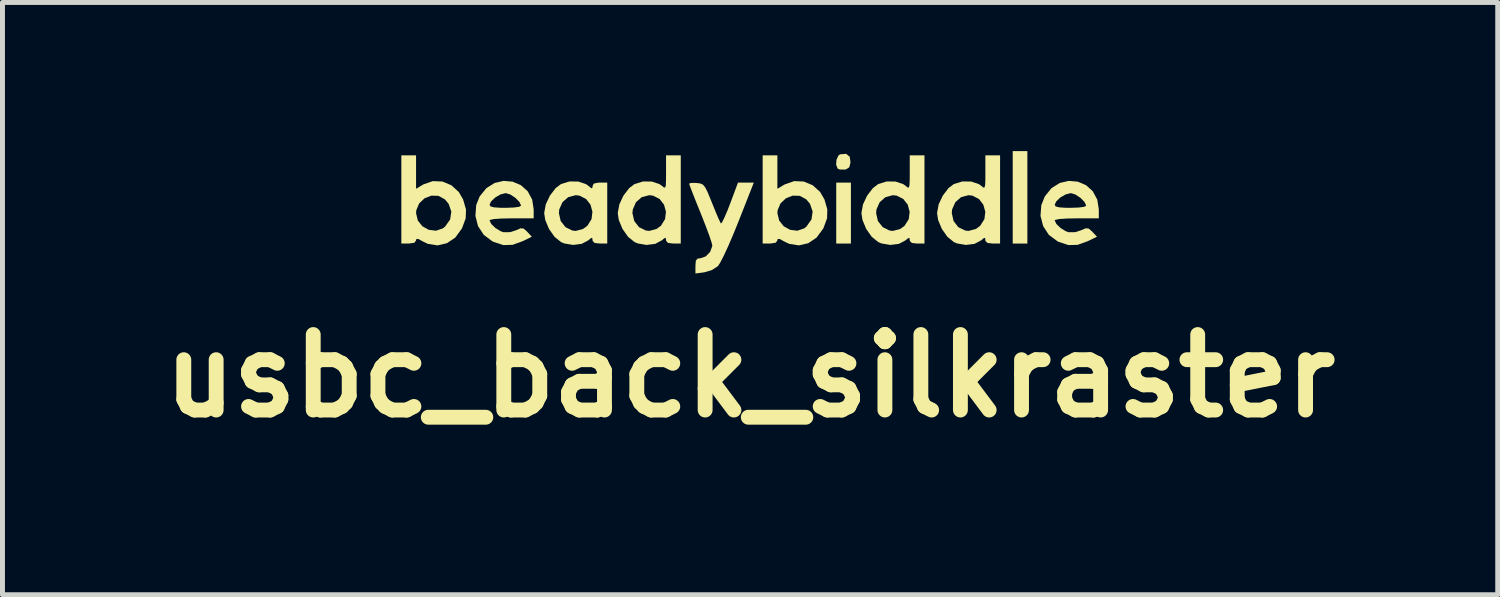
<source format=kicad_pcb>
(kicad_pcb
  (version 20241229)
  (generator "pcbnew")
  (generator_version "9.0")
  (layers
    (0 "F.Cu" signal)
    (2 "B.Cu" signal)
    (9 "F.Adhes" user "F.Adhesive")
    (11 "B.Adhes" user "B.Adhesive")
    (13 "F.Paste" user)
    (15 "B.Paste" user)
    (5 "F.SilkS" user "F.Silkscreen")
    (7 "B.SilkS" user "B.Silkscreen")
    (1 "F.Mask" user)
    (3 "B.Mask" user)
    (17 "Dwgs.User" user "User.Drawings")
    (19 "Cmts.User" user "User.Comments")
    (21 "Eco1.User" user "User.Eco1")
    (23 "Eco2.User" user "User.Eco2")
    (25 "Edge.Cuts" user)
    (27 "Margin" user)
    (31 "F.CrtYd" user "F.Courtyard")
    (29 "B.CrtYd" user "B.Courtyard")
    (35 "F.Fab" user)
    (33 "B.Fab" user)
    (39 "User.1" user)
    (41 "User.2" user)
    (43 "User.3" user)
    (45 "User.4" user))
  (footprint "usbc_back_silkraster"
    (layer "F.Cu")
    (at 12.09 4.537)
    (property "Reference" "usbc_back_silkraster" (at 0 0 0) (layer "F.SilkS") (effects (font (size 1.524 1.524) (thickness 0.3))))
    (attr board_only exclude_from_pos_files exclude_from_bom)
    (fp_poly (pts (xy 2.035 -2.671) (xy 1.739 -2.671) (xy 1.739 -3.901) (xy 2.035 -3.901)) (stroke (width 0) (type solid)) (fill yes) (layer "F.SilkS"))
    (fp_poly (pts (xy 5.597 -2.671) (xy 5.301 -2.671) (xy 5.301 -4.537) (xy 5.597 -4.537)) (stroke (width 0) (type solid)) (fill yes) (layer "F.SilkS"))
    (fp_poly (pts (xy 2.011 -4.424) (xy 2.027 -4.309) (xy 2.003 -4.211) (xy 1.941 -4.17) (xy 1.907 -4.164) (xy 1.814 -4.165) (xy 1.769 -4.182) (xy 1.737 -4.261) (xy 1.744 -4.363) (xy 1.783 -4.447) (xy 1.817 -4.472) (xy 1.939 -4.482)) (stroke (width 0) (type solid)) (fill yes) (layer "F.SilkS"))
    (fp_poly (pts (xy -6.742 -3.777) (xy -6.592 -3.866) (xy -6.404 -3.931) (xy -6.211 -3.923) (xy -6.03 -3.848) (xy -5.88 -3.712) (xy -5.793 -3.562) (xy -5.734 -3.36) (xy -5.74 -3.18) (xy -5.811 -2.988) (xy -5.82 -2.97) (xy -5.951 -2.791) (xy -6.119 -2.678) (xy -6.309 -2.634) (xy -6.505 -2.665) (xy -6.604 -2.713) (xy -6.695 -2.763) (xy -6.735 -2.764) (xy -6.742 -2.734) (xy -6.775 -2.688) (xy -6.88 -2.672) (xy -6.891 -2.671) (xy -7.039 -2.671) (xy -7.039 -3.286) (xy -6.742 -3.286) (xy -6.707 -3.136) (xy -6.614 -3.019) (xy -6.485 -2.948) (xy -6.34 -2.93) (xy -6.202 -2.977) (xy -6.157 -3.012) (xy -6.054 -3.157) (xy -6.03 -3.317) (xy -6.085 -3.473) (xy -6.16 -3.563) (xy -6.29 -3.634) (xy -6.433 -3.638) (xy -6.57 -3.585) (xy -6.678 -3.483) (xy -6.737 -3.345) (xy -6.742 -3.286) (xy -7.039 -3.286) (xy -7.039 -4.452) (xy -6.742 -4.452)) (stroke (width 0) (type solid)) (fill yes) (layer "F.SilkS"))
    (fp_poly (pts (xy 0.551 -3.777) (xy 0.702 -3.866) (xy 0.889 -3.931) (xy 1.083 -3.923) (xy 1.264 -3.848) (xy 1.414 -3.712) (xy 1.501 -3.562) (xy 1.559 -3.36) (xy 1.554 -3.18) (xy 1.483 -2.988) (xy 1.474 -2.97) (xy 1.342 -2.791) (xy 1.174 -2.678) (xy 0.984 -2.634) (xy 0.789 -2.665) (xy 0.689 -2.713) (xy 0.598 -2.763) (xy 0.558 -2.764) (xy 0.551 -2.734) (xy 0.518 -2.688) (xy 0.413 -2.672) (xy 0.403 -2.671) (xy 0.254 -2.671) (xy 0.254 -3.286) (xy 0.551 -3.286) (xy 0.587 -3.136) (xy 0.68 -3.019) (xy 0.809 -2.948) (xy 0.953 -2.93) (xy 1.092 -2.977) (xy 1.136 -3.012) (xy 1.239 -3.157) (xy 1.263 -3.317) (xy 1.209 -3.473) (xy 1.134 -3.563) (xy 1.004 -3.634) (xy 0.86 -3.638) (xy 0.724 -3.585) (xy 0.615 -3.483) (xy 0.556 -3.345) (xy 0.551 -3.286) (xy 0.254 -3.286) (xy 0.254 -4.452) (xy 0.551 -4.452)) (stroke (width 0) (type solid)) (fill yes) (layer "F.SilkS"))
    (fp_poly (pts (xy -0.237 -3.108) (xy -0.343 -2.847) (xy -0.443 -2.615) (xy -0.532 -2.423) (xy -0.603 -2.285) (xy -0.65 -2.214) (xy -0.775 -2.134) (xy -0.926 -2.09) (xy -1.103 -2.067) (xy -1.103 -2.221) (xy -1.095 -2.324) (xy -1.062 -2.367) (xy -0.999 -2.375) (xy -0.894 -2.412) (xy -0.806 -2.503) (xy -0.764 -2.619) (xy -0.763 -2.635) (xy -0.779 -2.699) (xy -0.821 -2.825) (xy -0.885 -2.997) (xy -0.963 -3.198) (xy -0.996 -3.281) (xy -1.079 -3.485) (xy -1.149 -3.661) (xy -1.2 -3.794) (xy -1.227 -3.869) (xy -1.23 -3.88) (xy -1.193 -3.894) (xy -1.101 -3.895) (xy -1.076 -3.893) (xy -1.005 -3.884) (xy -0.953 -3.861) (xy -0.909 -3.81) (xy -0.86 -3.715) (xy -0.797 -3.562) (xy -0.768 -3.491) (xy -0.7 -3.323) (xy -0.642 -3.185) (xy -0.601 -3.098) (xy -0.588 -3.076) (xy -0.564 -3.102) (xy -0.519 -3.194) (xy -0.458 -3.334) (xy -0.403 -3.476) (xy -0.244 -3.901) (xy 0.075 -3.901)) (stroke (width 0) (type solid)) (fill yes) (layer "F.SilkS"))
    (fp_poly (pts (xy -3.467 -3.923) (xy -3.311 -3.87) (xy -3.262 -3.835) (xy -3.202 -3.786) (xy -3.182 -3.797) (xy -3.18 -3.831) (xy -3.155 -3.881) (xy -3.069 -3.9) (xy -3.032 -3.901) (xy -2.883 -3.901) (xy -2.883 -2.671) (xy -3.032 -2.671) (xy -3.138 -2.683) (xy -3.178 -2.724) (xy -3.18 -2.742) (xy -3.187 -2.787) (xy -3.221 -2.774) (xy -3.262 -2.738) (xy -3.399 -2.665) (xy -3.572 -2.643) (xy -3.75 -2.673) (xy -3.816 -2.701) (xy -3.947 -2.807) (xy -4.059 -2.966) (xy -4.134 -3.146) (xy -4.156 -3.286) (xy -3.859 -3.286) (xy -3.823 -3.126) (xy -3.726 -3.002) (xy -3.588 -2.934) (xy -3.52 -2.926) (xy -3.371 -2.966) (xy -3.284 -3.03) (xy -3.2 -3.164) (xy -3.182 -3.313) (xy -3.221 -3.456) (xy -3.311 -3.571) (xy -3.443 -3.638) (xy -3.52 -3.647) (xy -3.67 -3.608) (xy -3.787 -3.506) (xy -3.852 -3.359) (xy -3.859 -3.286) (xy -4.156 -3.286) (xy -4.124 -3.461) (xy -4.04 -3.639) (xy -3.923 -3.791) (xy -3.816 -3.872) (xy -3.646 -3.924)) (stroke (width 0) (type solid)) (fill yes) (layer "F.SilkS"))
    (fp_poly (pts (xy -1.399 -2.671) (xy -1.548 -2.671) (xy -1.654 -2.683) (xy -1.694 -2.724) (xy -1.696 -2.742) (xy -1.703 -2.787) (xy -1.737 -2.774) (xy -1.778 -2.738) (xy -1.914 -2.665) (xy -2.088 -2.643) (xy -2.266 -2.673) (xy -2.332 -2.701) (xy -2.463 -2.807) (xy -2.575 -2.966) (xy -2.65 -3.146) (xy -2.671 -3.286) (xy -2.375 -3.286) (xy -2.338 -3.126) (xy -2.242 -3.002) (xy -2.104 -2.934) (xy -2.035 -2.926) (xy -1.887 -2.966) (xy -1.8 -3.03) (xy -1.716 -3.164) (xy -1.698 -3.313) (xy -1.737 -3.456) (xy -1.827 -3.571) (xy -1.959 -3.638) (xy -2.035 -3.647) (xy -2.186 -3.608) (xy -2.303 -3.506) (xy -2.367 -3.359) (xy -2.375 -3.286) (xy -2.671 -3.286) (xy -2.639 -3.461) (xy -2.556 -3.639) (xy -2.439 -3.791) (xy -2.332 -3.872) (xy -2.162 -3.924) (xy -1.983 -3.923) (xy -1.827 -3.87) (xy -1.778 -3.835) (xy -1.738 -3.802) (xy -1.713 -3.803) (xy -1.701 -3.85) (xy -1.697 -3.958) (xy -1.696 -4.107) (xy -1.696 -4.452) (xy -1.399 -4.452)) (stroke (width 0) (type solid)) (fill yes) (layer "F.SilkS"))
    (fp_poly (pts (xy 3.52 -2.671) (xy 3.371 -2.671) (xy 3.265 -2.683) (xy 3.225 -2.724) (xy 3.223 -2.742) (xy 3.216 -2.787) (xy 3.182 -2.774) (xy 3.141 -2.738) (xy 3.004 -2.665) (xy 2.831 -2.643) (xy 2.653 -2.673) (xy 2.587 -2.701) (xy 2.456 -2.807) (xy 2.344 -2.966) (xy 2.269 -3.146) (xy 2.247 -3.286) (xy 2.544 -3.286) (xy 2.58 -3.126) (xy 2.677 -3.002) (xy 2.815 -2.934) (xy 2.883 -2.926) (xy 3.032 -2.966) (xy 3.119 -3.03) (xy 3.203 -3.164) (xy 3.221 -3.313) (xy 3.182 -3.456) (xy 3.092 -3.571) (xy 2.96 -3.638) (xy 2.883 -3.647) (xy 2.733 -3.608) (xy 2.616 -3.506) (xy 2.551 -3.359) (xy 2.544 -3.286) (xy 2.247 -3.286) (xy 2.279 -3.461) (xy 2.363 -3.639) (xy 2.48 -3.791) (xy 2.587 -3.872) (xy 2.757 -3.924) (xy 2.936 -3.923) (xy 3.092 -3.87) (xy 3.141 -3.835) (xy 3.181 -3.802) (xy 3.205 -3.803) (xy 3.218 -3.85) (xy 3.222 -3.958) (xy 3.223 -4.107) (xy 3.223 -4.452) (xy 3.52 -4.452)) (stroke (width 0) (type solid)) (fill yes) (layer "F.SilkS"))
    (fp_poly (pts (xy 5.046 -2.671) (xy 4.898 -2.671) (xy 4.792 -2.683) (xy 4.751 -2.724) (xy 4.749 -2.742) (xy 4.743 -2.787) (xy 4.709 -2.774) (xy 4.668 -2.738) (xy 4.531 -2.665) (xy 4.357 -2.643) (xy 4.179 -2.673) (xy 4.113 -2.701) (xy 3.983 -2.807) (xy 3.871 -2.966) (xy 3.795 -3.146) (xy 3.774 -3.286) (xy 4.071 -3.286) (xy 4.107 -3.126) (xy 4.203 -3.002) (xy 4.341 -2.934) (xy 4.41 -2.926) (xy 4.559 -2.966) (xy 4.645 -3.03) (xy 4.73 -3.164) (xy 4.748 -3.313) (xy 4.708 -3.456) (xy 4.619 -3.571) (xy 4.487 -3.638) (xy 4.41 -3.647) (xy 4.26 -3.608) (xy 4.143 -3.506) (xy 4.078 -3.359) (xy 4.071 -3.286) (xy 3.774 -3.286) (xy 3.806 -3.461) (xy 3.89 -3.639) (xy 4.006 -3.791) (xy 4.113 -3.872) (xy 4.283 -3.924) (xy 4.463 -3.923) (xy 4.619 -3.87) (xy 4.668 -3.835) (xy 4.708 -3.802) (xy 4.732 -3.803) (xy 4.744 -3.85) (xy 4.749 -3.958) (xy 4.749 -4.107) (xy 4.749 -4.452) (xy 5.046 -4.452)) (stroke (width 0) (type solid)) (fill yes) (layer "F.SilkS"))
    (fp_poly (pts (xy -4.792 -3.92) (xy -4.626 -3.849) (xy -4.489 -3.727) (xy -4.398 -3.558) (xy -4.368 -3.361) (xy -4.368 -3.18) (xy -4.813 -3.18) (xy -5.017 -3.176) (xy -5.165 -3.166) (xy -5.246 -3.149) (xy -5.258 -3.138) (xy -5.224 -3.065) (xy -5.139 -2.984) (xy -5.032 -2.919) (xy -4.979 -2.9) (xy -4.842 -2.901) (xy -4.728 -2.938) (xy -4.632 -2.979) (xy -4.572 -2.974) (xy -4.508 -2.919) (xy -4.497 -2.907) (xy -4.405 -2.809) (xy -4.59 -2.719) (xy -4.795 -2.645) (xy -4.98 -2.64) (xy -5.176 -2.704) (xy -5.203 -2.717) (xy -5.376 -2.847) (xy -5.492 -3.024) (xy -5.544 -3.23) (xy -5.528 -3.447) (xy -5.526 -3.453) (xy -5.258 -3.453) (xy -5.239 -3.421) (xy -5.171 -3.402) (xy -5.041 -3.393) (xy -4.94 -3.392) (xy -4.771 -3.398) (xy -4.661 -3.413) (xy -4.622 -3.437) (xy -4.656 -3.511) (xy -4.739 -3.595) (xy -4.841 -3.662) (xy -4.932 -3.689) (xy -5.037 -3.663) (xy -5.145 -3.6) (xy -5.229 -3.52) (xy -5.258 -3.453) (xy -5.526 -3.453) (xy -5.459 -3.621) (xy -5.322 -3.79) (xy -5.156 -3.894) (xy -4.974 -3.936)) (stroke (width 0) (type solid)) (fill yes) (layer "F.SilkS"))
    (fp_poly (pts (xy 6.615 -3.92) (xy 6.781 -3.849) (xy 6.917 -3.727) (xy 7.008 -3.558) (xy 7.039 -3.361) (xy 7.039 -3.18) (xy 6.594 -3.18) (xy 6.39 -3.176) (xy 6.242 -3.166) (xy 6.161 -3.149) (xy 6.149 -3.138) (xy 6.183 -3.065) (xy 6.268 -2.984) (xy 6.374 -2.919) (xy 6.428 -2.9) (xy 6.565 -2.901) (xy 6.678 -2.938) (xy 6.775 -2.979) (xy 6.835 -2.974) (xy 6.898 -2.919) (xy 6.91 -2.907) (xy 7.002 -2.809) (xy 6.816 -2.719) (xy 6.612 -2.645) (xy 6.427 -2.64) (xy 6.231 -2.704) (xy 6.204 -2.717) (xy 6.03 -2.847) (xy 5.915 -3.024) (xy 5.862 -3.23) (xy 5.878 -3.447) (xy 5.881 -3.453) (xy 6.149 -3.453) (xy 6.168 -3.421) (xy 6.236 -3.402) (xy 6.366 -3.393) (xy 6.467 -3.392) (xy 6.636 -3.398) (xy 6.746 -3.413) (xy 6.785 -3.437) (xy 6.75 -3.511) (xy 6.667 -3.595) (xy 6.565 -3.662) (xy 6.474 -3.689) (xy 6.37 -3.663) (xy 6.261 -3.6) (xy 6.178 -3.52) (xy 6.149 -3.453) (xy 5.881 -3.453) (xy 5.948 -3.621) (xy 6.084 -3.79) (xy 6.251 -3.894) (xy 6.433 -3.936)) (stroke (width 0) (type solid)) (fill yes) (layer "F.SilkS")))
  (gr_rect
    (start -3 -3)
    (end 27.181 8.955)
    (stroke (width 0.1) (type default))
    (fill no)
    (layer "Edge.Cuts")))
</source>
